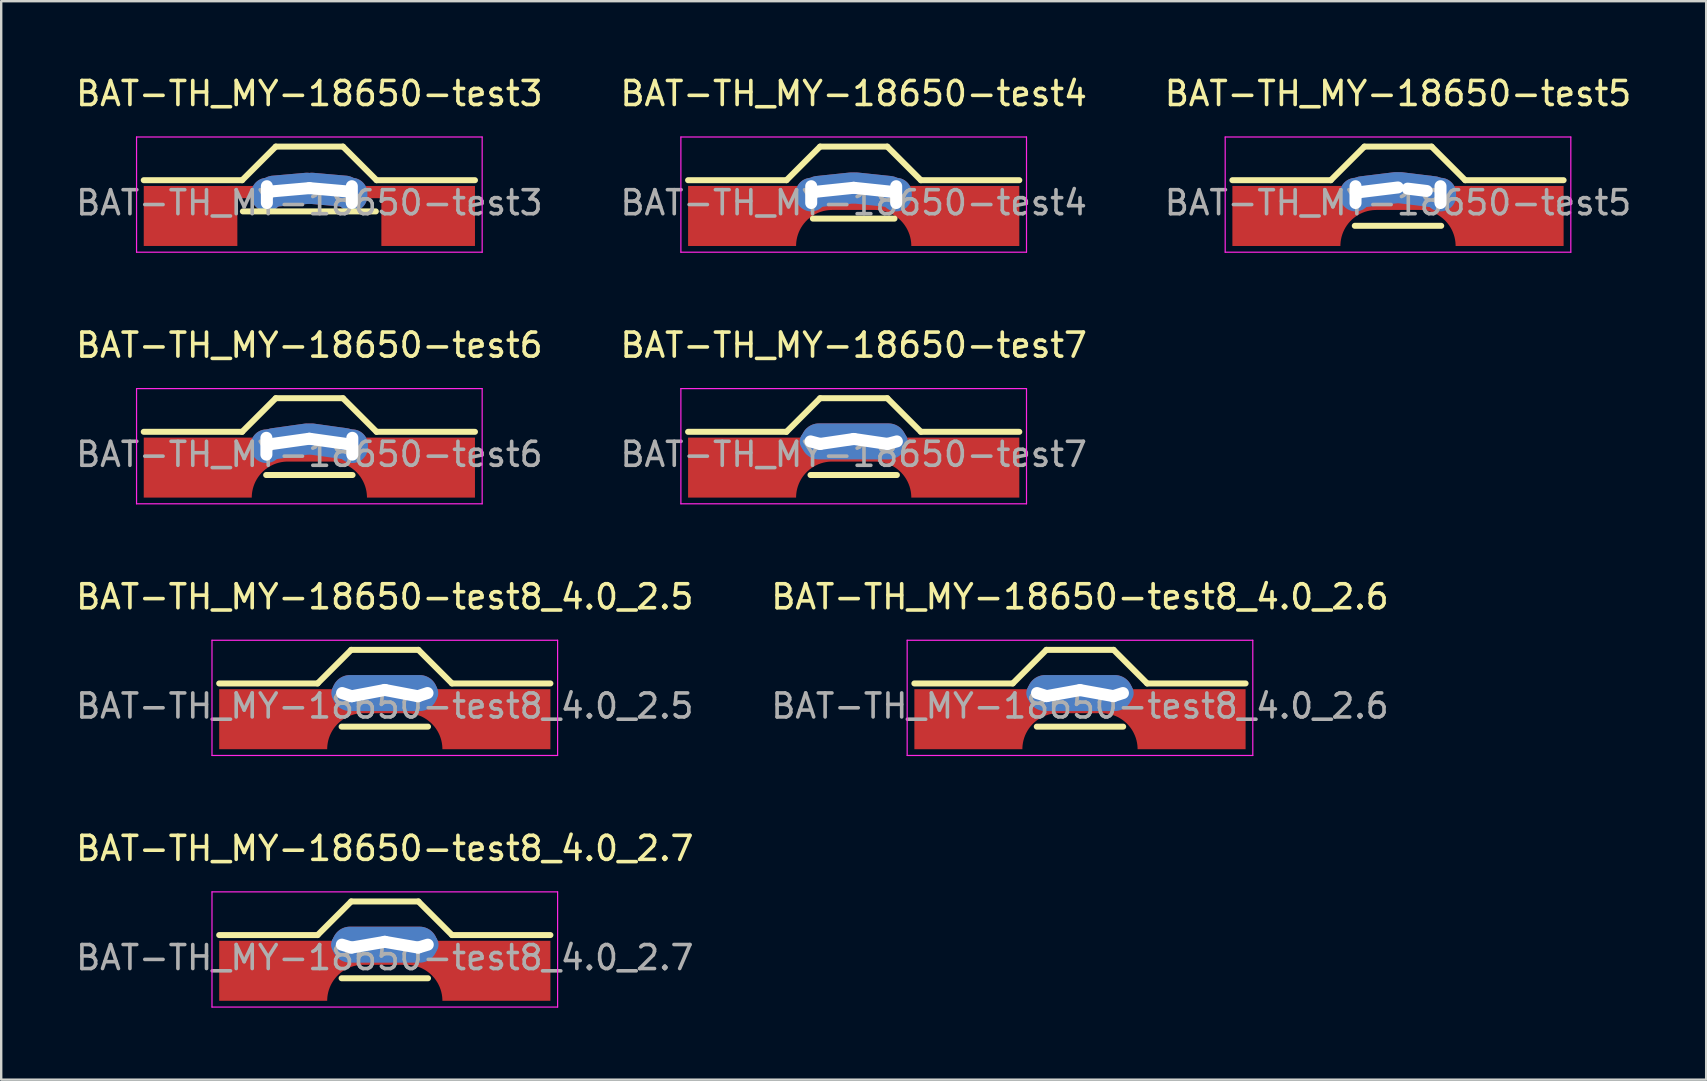
<source format=kicad_pcb>
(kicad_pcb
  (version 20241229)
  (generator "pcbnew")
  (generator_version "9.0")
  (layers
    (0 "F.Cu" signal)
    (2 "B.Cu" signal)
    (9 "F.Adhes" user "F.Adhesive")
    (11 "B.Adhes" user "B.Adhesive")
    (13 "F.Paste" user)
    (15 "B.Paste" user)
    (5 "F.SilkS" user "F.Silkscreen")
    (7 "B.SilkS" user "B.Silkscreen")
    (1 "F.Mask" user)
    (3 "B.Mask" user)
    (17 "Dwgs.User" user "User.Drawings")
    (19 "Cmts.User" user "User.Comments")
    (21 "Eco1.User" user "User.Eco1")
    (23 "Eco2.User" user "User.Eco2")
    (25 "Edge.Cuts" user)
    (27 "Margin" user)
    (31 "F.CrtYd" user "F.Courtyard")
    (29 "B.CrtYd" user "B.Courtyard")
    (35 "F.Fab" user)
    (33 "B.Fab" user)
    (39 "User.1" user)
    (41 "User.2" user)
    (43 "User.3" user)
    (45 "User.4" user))
  (footprint "BAT-TH_MY-18650-test8_4.0_2.6"
    (layer "F.Cu")
    (at 41.946 25.825)
    (property "Reference" "BAT-TH_MY-18650-test8_4.0_2.6" (at 0 -4.01 0) (layer "F.SilkS") (effects (font (size 1 1) (thickness 0.15))))
    (attr through_hole)
    (fp_line (start -6.9 -0.4) (end -2.8 -0.4) (stroke (width 0.25) (type solid)) (layer "F.SilkS"))
    (fp_line (start -2.8 -0.4) (end -1.4 -1.8) (stroke (width 0.25) (type solid)) (layer "F.SilkS"))
    (fp_line (start 1.4 -1.8) (end -1.4 -1.8) (stroke (width 0.25) (type solid)) (layer "F.SilkS"))
    (fp_line (start 1.8 1.4) (end -1.8 1.4) (stroke (width 0.25) (type solid)) (layer "F.SilkS"))
    (fp_line (start 2.8 -0.4) (end 1.4 -1.8) (stroke (width 0.25) (type solid)) (layer "F.SilkS"))
    (fp_line (start 2.8 -0.4) (end 6.9 -0.4) (stroke (width 0.25) (type solid)) (layer "F.SilkS"))
    (fp_line (start -7.2 -2.2) (end 7.2 -2.2) (stroke (width 0.05) (type default)) (layer "F.CrtYd"))
    (fp_line (start -7.2 2.6) (end -7.2 -2.2) (stroke (width 0.05) (type default)) (layer "F.CrtYd"))
    (fp_line (start 7.2 -2.2) (end 7.2 2.6) (stroke (width 0.05) (type default)) (layer "F.CrtYd"))
    (fp_line (start 7.2 2.6) (end -7.2 2.6) (stroke (width 0.05) (type default)) (layer "F.CrtYd"))
    (fp_rect (start -2 -0.15) (end 2 0.15) (stroke (width 0.001) (type solid)) (fill no) (layer "User.2"))
    (fp_text user "${REFERENCE}" (at 0 0.54 0) (layer "F.Fab") (effects (font (size 1 1) (thickness 0.15))))
    (pad "1" thru_hole oval (at -1.59 0.064 72.38) (size 0.9 1.313) (drill oval 0.5 0.92) (layers "*.Cu" "*.Paste" "*.Mask"))
    (pad "1" thru_hole oval (at -0.7 0.003 100.27) (size 0.9 2.315) (drill oval 0.5 1.91) (layers "*.Cu" "*.Paste" "*.Mask"))
    (pad "1" smd custom (at 0 0) (size 1 1) (layers "F.Cu" "F.Mask" "F.Paste") (options (anchor circle)) (primitives (gr_poly (pts (xy 6.9 -0.16) (xy -6.9 -0.16) (xy -6.9 2.34) (arc (start -2.399998 2.34) (mid -1.96066 1.27934) (end -0.899999 0.84)) (arc (start 0.9 0.84) (mid 1.96066 1.27934) (end 2.4 2.34)) (xy 6.9 2.34)) (width 0) (fill yes))))
    (pad "1" thru_hole oval (at 0 0) (size 4.4 1.5) (drill 0.1) (layers "*.Cu" "*.Mask"))
    (pad "1" thru_hole oval (at 0.7 0.003 259.73) (size 0.9 2.115) (drill oval 0.5 1.91) (layers "*.Cu" "*.Paste" "*.Mask"))
    (pad "1" thru_hole oval (at 1.59 0.064 287.62) (size 0.9 1.313) (drill oval 0.5 0.92) (layers "*.Cu" "*.Paste" "*.Mask")))
  (footprint "BAT-TH_MY-18650-test3"
    (layer "F.Cu")
    (at 9.839 4.858)
    (property "Reference" "BAT-TH_MY-18650-test3" (at 0 -4.01 0) (layer "F.SilkS") (effects (font (size 1 1) (thickness 0.15))))
    (attr through_hole)
    (fp_line (start -6.9 -0.4) (end -2.8 -0.4) (stroke (width 0.25) (type solid)) (layer "F.SilkS"))
    (fp_line (start -2.8 -0.4) (end -1.4 -1.8) (stroke (width 0.25) (type solid)) (layer "F.SilkS"))
    (fp_line (start 1.4 -1.8) (end -1.4 -1.8) (stroke (width 0.25) (type solid)) (layer "F.SilkS"))
    (fp_line (start 2.77 0.9) (end -2.77 0.9) (stroke (width 0.25) (type solid)) (layer "F.SilkS"))
    (fp_line (start 2.8 -0.4) (end 1.4 -1.8) (stroke (width 0.25) (type solid)) (layer "F.SilkS"))
    (fp_line (start 2.8 -0.4) (end 6.9 -0.4) (stroke (width 0.25) (type solid)) (layer "F.SilkS"))
    (fp_line (start -7.2 -2.2) (end 7.2 -2.2) (stroke (width 0.05) (type default)) (layer "F.CrtYd"))
    (fp_line (start -7.2 2.6) (end -7.2 -2.2) (stroke (width 0.05) (type default)) (layer "F.CrtYd"))
    (fp_line (start 7.2 -2.2) (end 7.2 2.6) (stroke (width 0.05) (type default)) (layer "F.CrtYd"))
    (fp_line (start 7.2 2.6) (end -7.2 2.6) (stroke (width 0.05) (type default)) (layer "F.CrtYd"))
    (fp_text user "${REFERENCE}" (at 0 0.54 0) (layer "F.Fab") (effects (font (size 1 1) (thickness 0.15))))
    (pad "1" smd rect (at -4.95 1.09 90) (size 2.5 3.9) (layers "F.Cu" "F.Mask" "F.Paste"))
    (pad "1" thru_hole oval (at -1.77 0.2) (size 1.3 1.4) (drill oval 0.5 1.2) (layers "*.Cu" "*.Paste" "*.Mask"))
    (pad "1" thru_hole oval (at -0.8 0 95) (size 1.3 2.7) (drill oval 0.5 2.1) (layers "*.Cu" "*.Paste" "*.Mask"))
    (pad "1" smd rect (at 0.23 0.095 90) (size 0.51 7.3) (layers "F.Cu" "F.Mask" "F.Paste"))
    (pad "1" thru_hole oval (at 0.8 0 85) (size 1.3 2.7) (drill oval 0.5 2.1) (layers "*.Cu" "*.Paste" "*.Mask"))
    (pad "1" thru_hole oval (at 1.77 0.2) (size 1.3 1.4) (drill oval 0.5 1.2) (layers "*.Cu" "*.Paste" "*.Mask"))
    (pad "1" smd rect (at 4.95 1.09 90) (size 2.5 3.9) (layers "F.Cu" "F.Mask" "F.Paste")))
  (footprint "BAT-TH_MY-18650-test6"
    (layer "F.Cu")
    (at 9.839 15.341)
    (property "Reference" "BAT-TH_MY-18650-test6" (at 0 -4.01 0) (layer "F.SilkS") (effects (font (size 1 1) (thickness 0.15))))
    (attr through_hole)
    (fp_line (start -6.9 -0.4) (end -2.8 -0.4) (stroke (width 0.25) (type solid)) (layer "F.SilkS"))
    (fp_line (start -2.8 -0.4) (end -1.4 -1.8) (stroke (width 0.25) (type solid)) (layer "F.SilkS"))
    (fp_line (start 1.4 -1.8) (end -1.4 -1.8) (stroke (width 0.25) (type solid)) (layer "F.SilkS"))
    (fp_line (start 1.8 1.4) (end -1.8 1.4) (stroke (width 0.25) (type solid)) (layer "F.SilkS"))
    (fp_line (start 2.8 -0.4) (end 1.4 -1.8) (stroke (width 0.25) (type solid)) (layer "F.SilkS"))
    (fp_line (start 2.8 -0.4) (end 6.9 -0.4) (stroke (width 0.25) (type solid)) (layer "F.SilkS"))
    (fp_line (start -7.2 -2.2) (end 7.2 -2.2) (stroke (width 0.05) (type default)) (layer "F.CrtYd"))
    (fp_line (start -7.2 2.6) (end -7.2 -2.2) (stroke (width 0.05) (type default)) (layer "F.CrtYd"))
    (fp_line (start 7.2 -2.2) (end 7.2 2.6) (stroke (width 0.05) (type default)) (layer "F.CrtYd"))
    (fp_line (start 7.2 2.6) (end -7.2 2.6) (stroke (width 0.05) (type default)) (layer "F.CrtYd"))
    (fp_rect (start -2 -0.15) (end 2 0.15) (stroke (width 0.001) (type solid)) (fill no) (layer "User.1"))
    (fp_text user "${REFERENCE}" (at 0 0.54 0) (layer "F.Fab") (effects (font (size 1 1) (thickness 0.15))))
    (pad "1" thru_hole oval (at -1.79 0.2) (size 1.3 1.4) (drill oval 0.5 1.2) (layers "*.Cu" "*.Paste" "*.Mask"))
    (pad "1" thru_hole oval (at -0.8 0 98) (size 1.3 2.7) (drill oval 0.5 2.1) (layers "*.Cu" "*.Paste" "*.Mask"))
    (pad "1" smd custom (at 0 0) (size 1 1) (layers "F.Cu" "F.Mask" "F.Paste") (options (anchor circle)) (primitives (gr_poly (pts (xy 6.9 -0.16) (xy -6.9 -0.16) (xy -6.9 2.34) (arc (start -2.399998 2.34) (mid -1.96066 1.27934) (end -0.899999 0.84)) (arc (start 0.9 0.84) (mid 1.96066 1.27934) (end 2.4 2.34)) (xy 6.9 2.34)) (width 0) (fill yes))))
    (pad "1" thru_hole oval (at 0.8 0 82) (size 1.3 2.7) (drill oval 0.5 2.1) (layers "*.Cu" "*.Paste" "*.Mask"))
    (pad "1" thru_hole oval (at 1.79 0.2) (size 1.3 1.4) (drill oval 0.5 1.2) (layers "*.Cu" "*.Paste" "*.Mask")))
  (footprint "BAT-TH_MY-18650-test5"
    (layer "F.Cu")
    (at 55.196 4.858)
    (property "Reference" "BAT-TH_MY-18650-test5" (at 0 -4.01 0) (layer "F.SilkS") (effects (font (size 1 1) (thickness 0.15))))
    (attr through_hole)
    (fp_line (start -6.9 -0.4) (end -2.8 -0.4) (stroke (width 0.25) (type solid)) (layer "F.SilkS"))
    (fp_line (start -2.8 -0.4) (end -1.4 -1.8) (stroke (width 0.25) (type solid)) (layer "F.SilkS"))
    (fp_line (start 1.4 -1.8) (end -1.4 -1.8) (stroke (width 0.25) (type solid)) (layer "F.SilkS"))
    (fp_line (start 1.8 1.5) (end -1.8 1.5) (stroke (width 0.25) (type solid)) (layer "F.SilkS"))
    (fp_line (start 2.8 -0.4) (end 1.4 -1.8) (stroke (width 0.25) (type solid)) (layer "F.SilkS"))
    (fp_line (start 2.8 -0.4) (end 6.9 -0.4) (stroke (width 0.25) (type solid)) (layer "F.SilkS"))
    (fp_line (start -7.2 -2.2) (end 7.2 -2.2) (stroke (width 0.05) (type default)) (layer "F.CrtYd"))
    (fp_line (start -7.2 2.6) (end -7.2 -2.2) (stroke (width 0.05) (type default)) (layer "F.CrtYd"))
    (fp_line (start 7.2 -2.2) (end 7.2 2.6) (stroke (width 0.05) (type default)) (layer "F.CrtYd"))
    (fp_line (start 7.2 2.6) (end -7.2 2.6) (stroke (width 0.05) (type default)) (layer "F.CrtYd"))
    (fp_text user "${REFERENCE}" (at 0 0.54 0) (layer "F.Fab") (effects (font (size 1 1) (thickness 0.15))))
    (pad "1" thru_hole oval (at -1.77 0.2) (size 1.3 1.4) (drill oval 0.5 1.2) (layers "*.Cu" "*.Paste" "*.Mask"))
    (pad "1" thru_hole oval (at -0.8 0 97) (size 1.3 2.7) (drill oval 0.5 2.1) (layers "*.Cu" "*.Paste" "*.Mask"))
    (pad "1" smd custom (at 0 0) (size 1 1) (layers "F.Cu" "F.Mask" "F.Paste") (options (anchor circle)) (primitives (gr_poly (pts (xy 6.9 -0.16) (xy -6.9 -0.16) (xy -6.9 2.34) (arc (start -2.399998 2.34) (mid -1.96066 1.27934) (end -0.899999 0.84)) (arc (start 0.9 0.84) (mid 1.96066 1.27934) (end 2.4 2.34)) (xy 6.9 2.34)) (width 0) (fill yes))))
    (pad "1" thru_hole custom (at 0.8 0 83) (size 1.3 1.3) (drill oval 0.5 2.1) (layers "*.Cu" "*.Paste" "*.Mask") (options (anchor circle)) (primitives (gr_poly (pts (xy 0.647 0.764) (xy 0.622 0.889) (xy 0.573 1.006) (xy 0.502 1.112) (xy 0.412 1.202) (xy 0.306 1.273) (xy 0.189 1.322) (xy 0.064 1.347) (xy -0.064 1.347) (xy -0.189 1.322) (xy -0.306 1.273) (xy -0.412 1.202) (xy -0.502 1.112) (xy -0.573 1.006) (xy -0.622 0.889) (xy -0.647 0.764) (xy -0.65 0.7) (xy -0.65 -0.7) (xy -0.647 -0.764) (xy -0.622 -0.889) (xy -0.573 -1.006) (xy -0.502 -1.112) (xy -0.412 -1.202) (xy -0.306 -1.273) (xy -0.189 -1.322) (xy -0.064 -1.347) (xy 0.064 -1.347) (xy 0.189 -1.322) (xy 0.306 -1.273) (xy 0.412 -1.202) (xy 0.502 -1.112) (xy 0.573 -1.006) (xy 0.622 -0.889) (xy 0.647 -0.764) (xy 0.65 -0.7) (xy 0.65 0.7)) (width 0) (fill yes))))
    (pad "1" thru_hole oval (at 1.77 0.2) (size 1.3 1.4) (drill oval 0.5 1.2) (layers "*.Cu" "*.Paste" "*.Mask")))
  (footprint "BAT-TH_MY-18650-test4"
    (layer "F.Cu")
    (at 32.518 4.858)
    (property "Reference" "BAT-TH_MY-18650-test4" (at 0 -4.01 0) (layer "F.SilkS") (effects (font (size 1 1) (thickness 0.15))))
    (attr through_hole)
    (fp_line (start -6.9 -0.4) (end -2.8 -0.4) (stroke (width 0.25) (type solid)) (layer "F.SilkS"))
    (fp_line (start -2.8 -0.4) (end -1.4 -1.8) (stroke (width 0.25) (type solid)) (layer "F.SilkS"))
    (fp_line (start 1.4 -1.8) (end -1.4 -1.8) (stroke (width 0.25) (type solid)) (layer "F.SilkS"))
    (fp_line (start 1.7 1.2) (end -1.7 1.2) (stroke (width 0.25) (type solid)) (layer "F.SilkS"))
    (fp_line (start 2.8 -0.4) (end 1.4 -1.8) (stroke (width 0.25) (type solid)) (layer "F.SilkS"))
    (fp_line (start 2.8 -0.4) (end 6.9 -0.4) (stroke (width 0.25) (type solid)) (layer "F.SilkS"))
    (fp_line (start -7.2 -2.2) (end 7.2 -2.2) (stroke (width 0.05) (type default)) (layer "F.CrtYd"))
    (fp_line (start -7.2 2.6) (end -7.2 -2.2) (stroke (width 0.05) (type default)) (layer "F.CrtYd"))
    (fp_line (start 7.2 -2.2) (end 7.2 2.6) (stroke (width 0.05) (type default)) (layer "F.CrtYd"))
    (fp_line (start 7.2 2.6) (end -7.2 2.6) (stroke (width 0.05) (type default)) (layer "F.CrtYd"))
    (fp_text user "${REFERENCE}" (at 0 0.54 0) (layer "F.Fab") (effects (font (size 1 1) (thickness 0.15))))
    (pad "1" thru_hole oval (at -1.77 0.2) (size 1.3 1.4) (drill oval 0.5 1.2) (layers "*.Cu" "*.Paste" "*.Mask"))
    (pad "1" thru_hole oval (at -0.8 0 96) (size 1.3 2.7) (drill oval 0.5 2.1) (layers "*.Cu" "*.Paste" "*.Mask"))
    (pad "1" smd custom (at 0 0) (size 1 1) (layers "F.Cu" "F.Mask" "F.Paste") (options (anchor circle)) (primitives (gr_poly (pts (xy 6.9 -0.16) (xy -6.9 -0.16) (xy -6.9 2.34) (arc (start -2.399998 2.34) (mid -1.96066 1.27934) (end -0.899999 0.84)) (arc (start 0.9 0.84) (mid 1.96066 1.27934) (end 2.4 2.34)) (xy 6.9 2.34)) (width 0) (fill yes))))
    (pad "1" thru_hole oval (at 0.8 0 84) (size 1.3 2.7) (drill oval 0.5 2.1) (layers "*.Cu" "*.Paste" "*.Mask"))
    (pad "1" thru_hole oval (at 1.77 0.2) (size 1.3 1.4) (drill oval 0.5 1.2) (layers "*.Cu" "*.Paste" "*.Mask")))
  (footprint "BAT-TH_MY-18650-test7"
    (layer "F.Cu")
    (at 32.518 15.341)
    (property "Reference" "BAT-TH_MY-18650-test7" (at 0 -4.01 0) (layer "F.SilkS") (effects (font (size 1 1) (thickness 0.15))))
    (attr through_hole)
    (fp_line (start -6.9 -0.4) (end -2.8 -0.4) (stroke (width 0.25) (type solid)) (layer "F.SilkS"))
    (fp_line (start -2.8 -0.4) (end -1.4 -1.8) (stroke (width 0.25) (type solid)) (layer "F.SilkS"))
    (fp_line (start 1.4 -1.8) (end -1.4 -1.8) (stroke (width 0.25) (type solid)) (layer "F.SilkS"))
    (fp_line (start 1.8 1.4) (end -1.8 1.4) (stroke (width 0.25) (type solid)) (layer "F.SilkS"))
    (fp_line (start 2.8 -0.4) (end 1.4 -1.8) (stroke (width 0.25) (type solid)) (layer "F.SilkS"))
    (fp_line (start 2.8 -0.4) (end 6.9 -0.4) (stroke (width 0.25) (type solid)) (layer "F.SilkS"))
    (fp_line (start -7.2 -2.2) (end 7.2 -2.2) (stroke (width 0.05) (type default)) (layer "F.CrtYd"))
    (fp_line (start -7.2 2.6) (end -7.2 -2.2) (stroke (width 0.05) (type default)) (layer "F.CrtYd"))
    (fp_line (start 7.2 -2.2) (end 7.2 2.6) (stroke (width 0.05) (type default)) (layer "F.CrtYd"))
    (fp_line (start 7.2 2.6) (end -7.2 2.6) (stroke (width 0.05) (type default)) (layer "F.CrtYd"))
    (fp_rect (start -2 -0.15) (end 2 0.15) (stroke (width 0.001) (type solid)) (fill no) (layer "User.2"))
    (fp_text user "${REFERENCE}" (at 0 0.54 0) (layer "F.Fab") (effects (font (size 1 1) (thickness 0.15))))
    (pad "1" thru_hole oval (at -1.6 0.052 75.32) (size 0.9 1.313) (drill oval 0.5 0.913) (layers "*.Cu" "*.Paste" "*.Mask"))
    (pad "1" thru_hole oval (at -0.7 0.002 98.37) (size 0.9 2.315) (drill oval 0.5 1.915) (layers "*.Cu" "*.Paste" "*.Mask"))
    (pad "1" smd custom (at 0 0) (size 1 1) (layers "F.Cu" "F.Mask" "F.Paste") (options (anchor circle)) (primitives (gr_poly (pts (xy 6.9 -0.16) (xy -6.9 -0.16) (xy -6.9 2.34) (arc (start -2.399998 2.34) (mid -1.96066 1.27934) (end -0.899999 0.84)) (arc (start 0.9 0.84) (mid 1.96066 1.27934) (end 2.4 2.34)) (xy 6.9 2.34)) (width 0) (fill yes))))
    (pad "1" thru_hole oval (at 0 0) (size 4.4 1.5) (drill 0.1) (layers "*.Cu" "*.Mask"))
    (pad "1" thru_hole oval (at 0.7 0 81.63) (size 0.9 2.115) (drill oval 0.5 1.915) (layers "*.Cu" "*.Paste" "*.Mask"))
    (pad "1" thru_hole oval (at 1.6 0.052 104.68) (size 0.9 1.313) (drill oval 0.5 0.913) (layers "*.Cu" "*.Paste" "*.Mask")))
  (footprint "BAT-TH_MY-18650-test8_4.0_2.5"
    (layer "F.Cu")
    (at 12.982 25.825)
    (property "Reference" "BAT-TH_MY-18650-test8_4.0_2.5" (at 0 -4.01 0) (layer "F.SilkS") (effects (font (size 1 1) (thickness 0.15))))
    (attr through_hole)
    (fp_line (start -6.9 -0.4) (end -2.8 -0.4) (stroke (width 0.25) (type solid)) (layer "F.SilkS"))
    (fp_line (start -2.8 -0.4) (end -1.4 -1.8) (stroke (width 0.25) (type solid)) (layer "F.SilkS"))
    (fp_line (start 1.4 -1.8) (end -1.4 -1.8) (stroke (width 0.25) (type solid)) (layer "F.SilkS"))
    (fp_line (start 1.8 1.4) (end -1.8 1.4) (stroke (width 0.25) (type solid)) (layer "F.SilkS"))
    (fp_line (start 2.8 -0.4) (end 1.4 -1.8) (stroke (width 0.25) (type solid)) (layer "F.SilkS"))
    (fp_line (start 2.8 -0.4) (end 6.9 -0.4) (stroke (width 0.25) (type solid)) (layer "F.SilkS"))
    (fp_line (start -7.2 -2.2) (end 7.2 -2.2) (stroke (width 0.05) (type default)) (layer "F.CrtYd"))
    (fp_line (start -7.2 2.6) (end -7.2 -2.2) (stroke (width 0.05) (type default)) (layer "F.CrtYd"))
    (fp_line (start 7.2 -2.2) (end 7.2 2.6) (stroke (width 0.05) (type default)) (layer "F.CrtYd"))
    (fp_line (start 7.2 2.6) (end -7.2 2.6) (stroke (width 0.05) (type default)) (layer "F.CrtYd"))
    (fp_rect (start -2 -0.15) (end 2 0.15) (stroke (width 0.001) (type solid)) (fill no) (layer "User.2"))
    (fp_text user "${REFERENCE}" (at 0 0.54 0) (layer "F.Fab") (effects (font (size 1 1) (thickness 0.15))))
    (pad "1" thru_hole oval (at -1.58 0.066 71.65) (size 0.9 1.313) (drill oval 0.5 0.921) (layers "*.Cu" "*.Paste" "*.Mask"))
    (pad "1" thru_hole oval (at -0.69 0.002 100.73) (size 0.9 2.315) (drill oval 0.5 1.908) (layers "*.Cu" "*.Paste" "*.Mask"))
    (pad "1" smd custom (at 0 0) (size 1 1) (layers "F.Cu" "F.Mask" "F.Paste") (options (anchor circle)) (primitives (gr_poly (pts (xy 6.9 -0.16) (xy -6.9 -0.16) (xy -6.9 2.34) (arc (start -2.399998 2.34) (mid -1.96066 1.27934) (end -0.899999 0.84)) (arc (start 0.9 0.84) (mid 1.96066 1.27934) (end 2.4 2.34)) (xy 6.9 2.34)) (width 0) (fill yes))))
    (pad "1" thru_hole oval (at 0 0) (size 4.4 1.5) (drill 0.1) (layers "*.Cu" "*.Paste" "*.Mask"))
    (pad "1" thru_hole oval (at 0.69 0.002 259.27) (size 0.9 2.115) (drill oval 0.5 1.908) (layers "*.Cu" "*.Paste" "*.Mask"))
    (pad "1" thru_hole oval (at 1.58 0.066 288.35) (size 0.9 1.313) (drill oval 0.5 0.921) (layers "*.Cu" "*.Paste" "*.Mask")))
  (footprint "BAT-TH_MY-18650-test8_4.0_2.7"
    (layer "F.Cu")
    (at 12.982 36.308)
    (property "Reference" "BAT-TH_MY-18650-test8_4.0_2.7" (at 0 -4.01 0) (layer "F.SilkS") (effects (font (size 1 1) (thickness 0.15))))
    (attr through_hole)
    (fp_line (start -6.9 -0.4) (end -2.8 -0.4) (stroke (width 0.25) (type solid)) (layer "F.SilkS"))
    (fp_line (start -2.8 -0.4) (end -1.4 -1.8) (stroke (width 0.25) (type solid)) (layer "F.SilkS"))
    (fp_line (start 1.4 -1.8) (end -1.4 -1.8) (stroke (width 0.25) (type solid)) (layer "F.SilkS"))
    (fp_line (start 1.8 1.4) (end -1.8 1.4) (stroke (width 0.25) (type solid)) (layer "F.SilkS"))
    (fp_line (start 2.8 -0.4) (end 1.4 -1.8) (stroke (width 0.25) (type solid)) (layer "F.SilkS"))
    (fp_line (start 2.8 -0.4) (end 6.9 -0.4) (stroke (width 0.25) (type solid)) (layer "F.SilkS"))
    (fp_line (start -7.2 -2.2) (end 7.2 -2.2) (stroke (width 0.05) (type default)) (layer "F.CrtYd"))
    (fp_line (start -7.2 2.6) (end -7.2 -2.2) (stroke (width 0.05) (type default)) (layer "F.CrtYd"))
    (fp_line (start 7.2 -2.2) (end 7.2 2.6) (stroke (width 0.05) (type default)) (layer "F.CrtYd"))
    (fp_line (start 7.2 2.6) (end -7.2 2.6) (stroke (width 0.05) (type default)) (layer "F.CrtYd"))
    (fp_rect (start -2 -0.15) (end 2 0.15) (stroke (width 0.001) (type solid)) (fill no) (layer "User.2"))
    (fp_text user "${REFERENCE}" (at 0 0.54 0) (layer "F.Fab") (effects (font (size 1 1) (thickness 0.15))))
    (pad "1" thru_hole oval (at -1.59 0.06 73.11) (size 0.9 1.313) (drill oval 0.5 0.918) (layers "*.Cu" "*.Paste" "*.Mask"))
    (pad "1" thru_hole oval (at -0.69 0.001 99.81) (size 0.9 2.315) (drill oval 0.5 1.91) (layers "*.Cu" "*.Paste" "*.Mask"))
    (pad "1" smd custom (at 0 0) (size 1 1) (layers "F.Cu" "F.Mask" "F.Paste") (options (anchor circle)) (primitives (gr_poly (pts (xy 6.9 -0.16) (xy -6.9 -0.16) (xy -6.9 2.34) (arc (start -2.399998 2.34) (mid -1.96066 1.27934) (end -0.899999 0.84)) (arc (start 0.9 0.84) (mid 1.96066 1.27934) (end 2.4 2.34)) (xy 6.9 2.34)) (width 0) (fill yes))))
    (pad "1" thru_hole oval (at 0 0) (size 4.4 1.5) (drill 0.1) (layers "*.Cu" "*.Mask"))
    (pad "1" thru_hole oval (at 0.69 0.001 260.19) (size 0.9 2.115) (drill oval 0.5 1.91) (layers "*.Cu" "*.Paste" "*.Mask"))
    (pad "1" thru_hole oval (at 1.59 0.061 286.89) (size 0.9 1.313) (drill oval 0.5 0.918) (layers "*.Cu" "*.Paste" "*.Mask")))
  (gr_rect
    (start -3 -3)
    (end 68.036 41.933)
    (stroke (width 0.1) (type default))
    (fill no)
    (layer "Edge.Cuts")))
</source>
